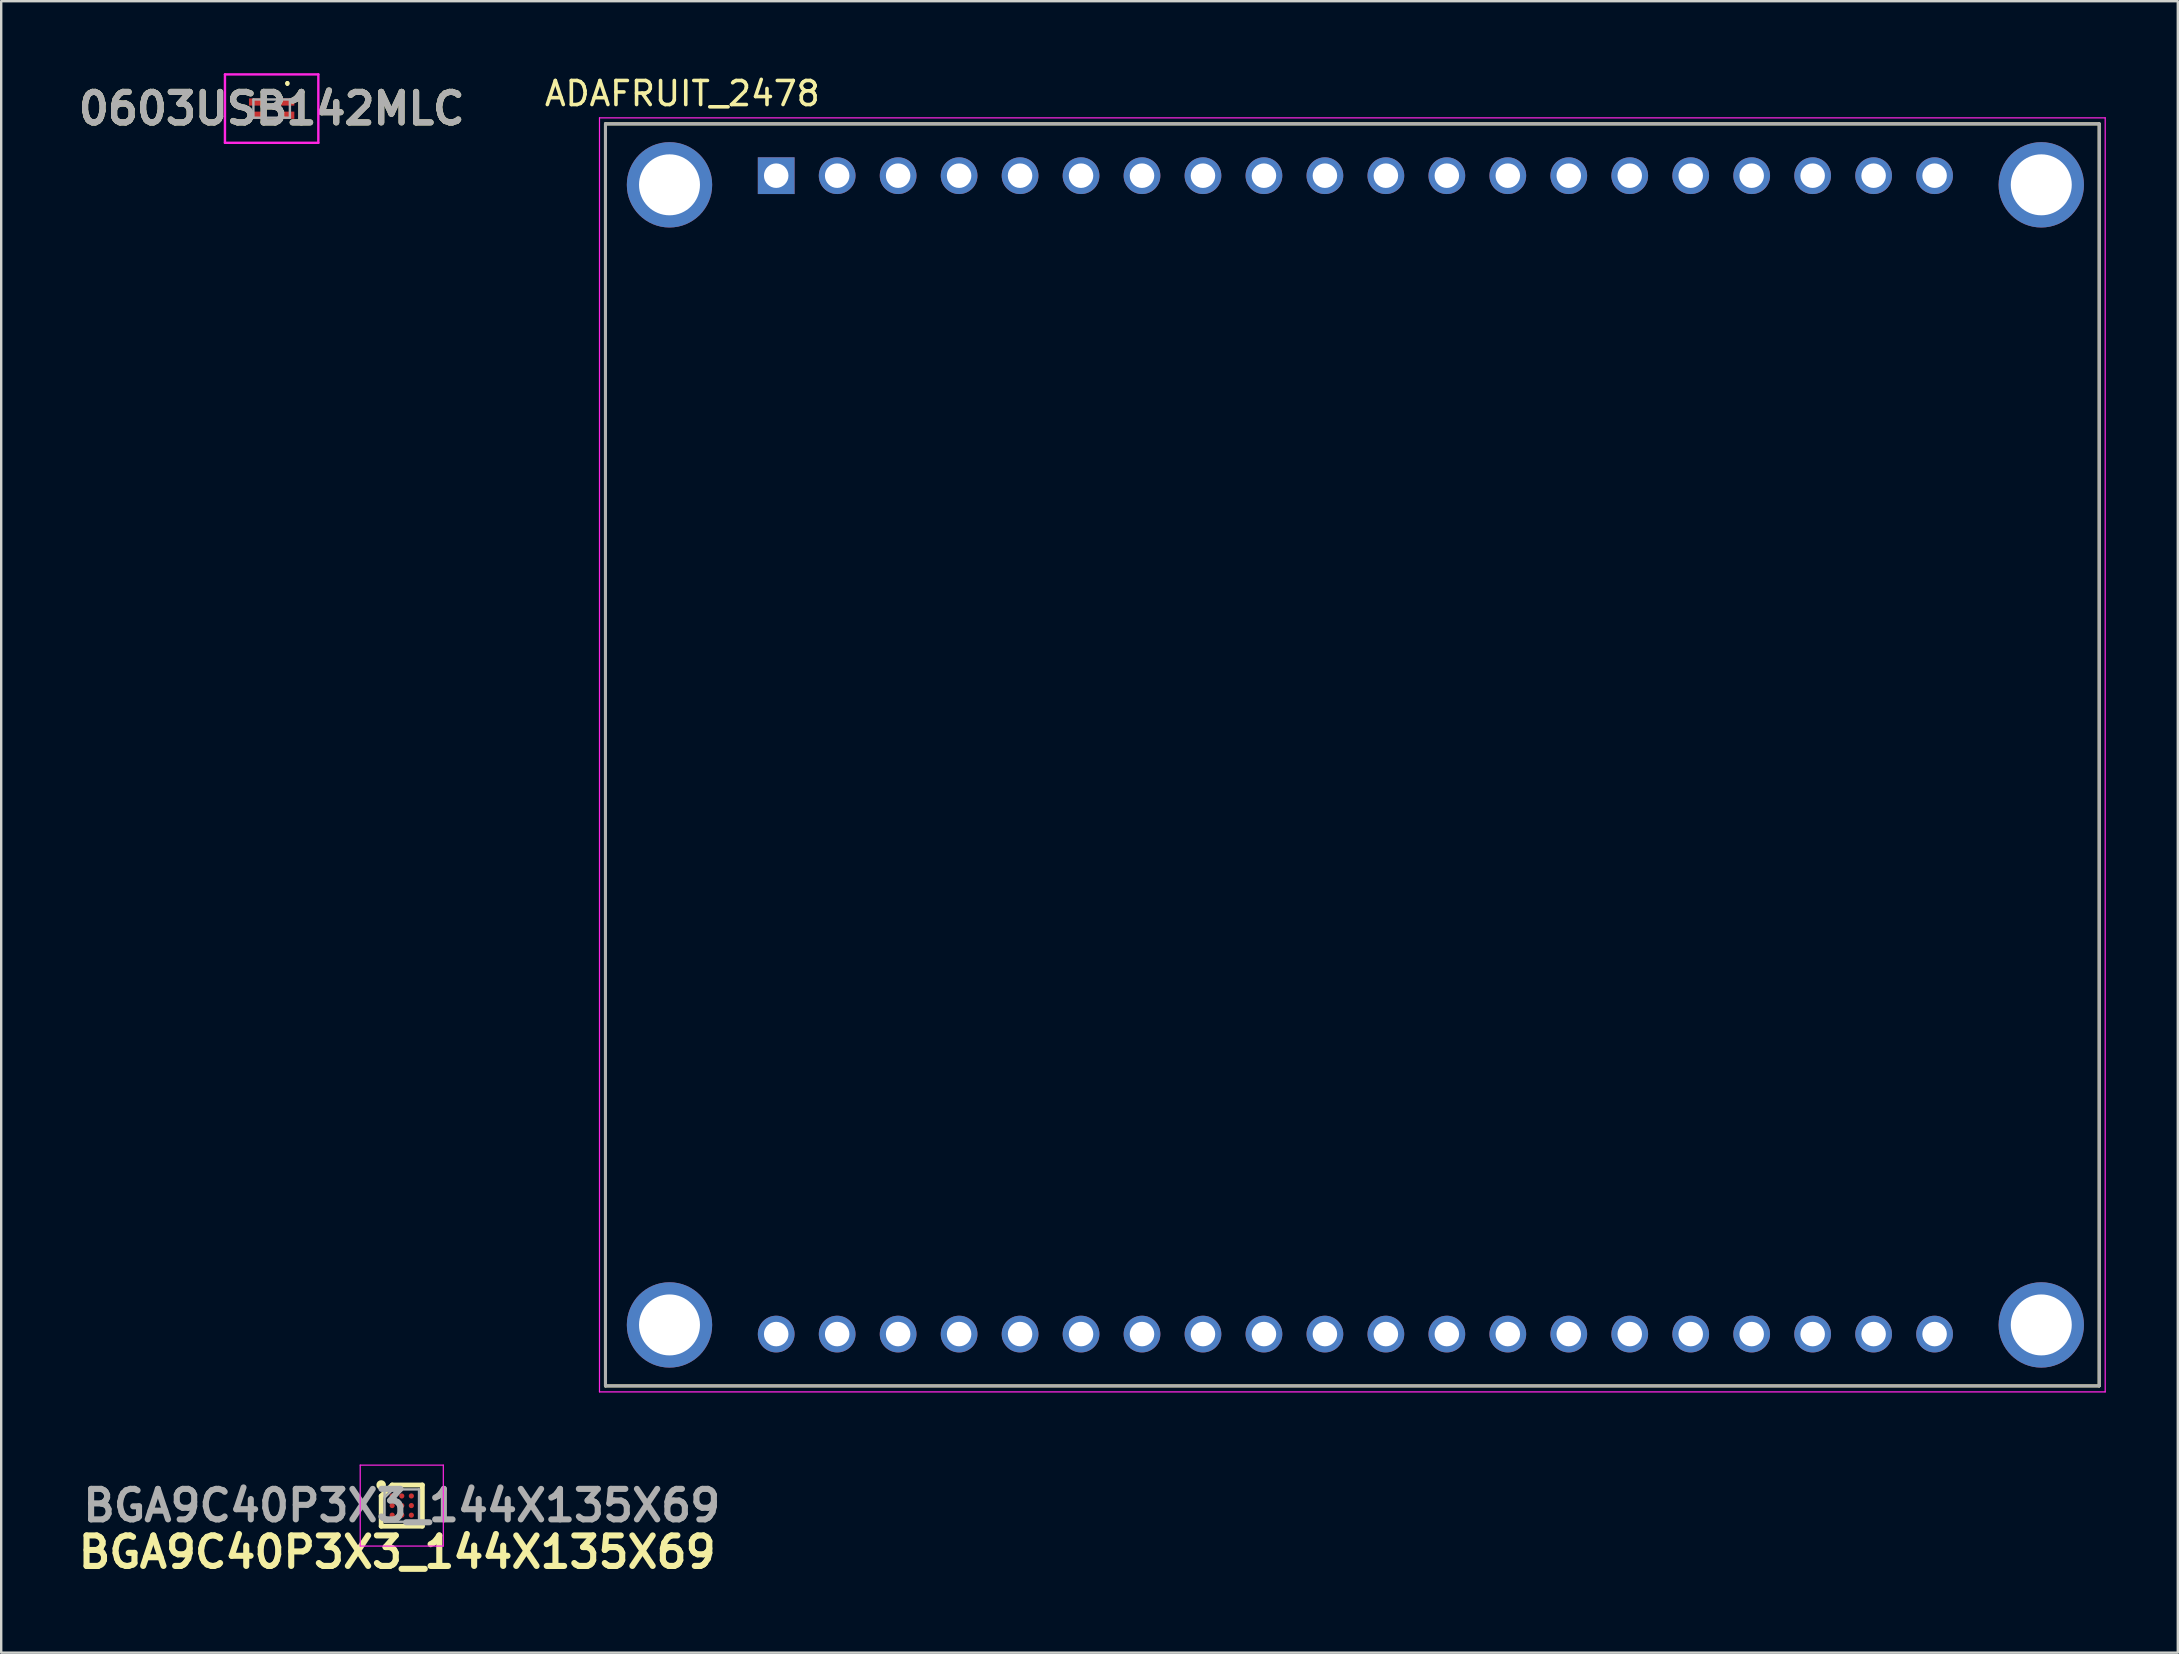
<source format=kicad_pcb>
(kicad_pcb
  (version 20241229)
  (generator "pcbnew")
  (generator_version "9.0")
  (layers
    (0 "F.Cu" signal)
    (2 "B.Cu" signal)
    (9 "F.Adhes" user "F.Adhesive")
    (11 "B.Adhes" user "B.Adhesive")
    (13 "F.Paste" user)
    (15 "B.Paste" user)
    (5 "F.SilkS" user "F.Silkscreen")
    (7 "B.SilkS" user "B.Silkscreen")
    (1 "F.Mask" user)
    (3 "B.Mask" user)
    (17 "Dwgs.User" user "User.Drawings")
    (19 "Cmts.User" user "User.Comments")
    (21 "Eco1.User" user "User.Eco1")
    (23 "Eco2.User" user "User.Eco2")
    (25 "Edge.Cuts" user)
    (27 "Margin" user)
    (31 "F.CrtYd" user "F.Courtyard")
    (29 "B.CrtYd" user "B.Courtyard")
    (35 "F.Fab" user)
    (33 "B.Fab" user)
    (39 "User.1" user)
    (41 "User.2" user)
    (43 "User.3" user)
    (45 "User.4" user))
  (footprint "BGA9C40P3X3_144X135X69"
    (layer "F.Cu")
    (at 13.688 59.674)
    (property "Reference" "BGA9C40P3X3_144X135X69" (at -0.19 1.94 0) (layer "F.SilkS") (effects (font (size 1.27 1.27) (thickness 0.254))))
    (attr smd)
    (fp_line (start -0.858 -0.4) (end -0.4 -0.858) (stroke (width 0.2) (type solid)) (layer "F.SilkS"))
    (fp_line (start -0.858 0.858) (end -0.858 -0.4) (stroke (width 0.2) (type solid)) (layer "F.SilkS"))
    (fp_line (start -0.4 -0.858) (end 0.858 -0.858) (stroke (width 0.2) (type solid)) (layer "F.SilkS"))
    (fp_line (start 0.858 -0.858) (end 0.858 0.858) (stroke (width 0.2) (type solid)) (layer "F.SilkS"))
    (fp_line (start 0.858 0.858) (end -0.858 0.858) (stroke (width 0.2) (type solid)) (layer "F.SilkS"))
    (fp_circle (center -0.858 -0.858) (end -0.858 -0.758) (stroke (width 0.2) (type solid)) (fill no) (layer "F.SilkS"))
    (fp_line (start -1.731 -1.686) (end 1.731 -1.686) (stroke (width 0.05) (type solid)) (layer "F.CrtYd"))
    (fp_line (start -1.731 1.686) (end -1.731 -1.686) (stroke (width 0.05) (type solid)) (layer "F.CrtYd"))
    (fp_line (start 1.731 -1.686) (end 1.731 1.686) (stroke (width 0.05) (type solid)) (layer "F.CrtYd"))
    (fp_line (start 1.731 1.686) (end -1.731 1.686) (stroke (width 0.05) (type solid)) (layer "F.CrtYd"))
    (fp_line (start -0.718 -0.674) (end 0.719 -0.674) (stroke (width 0.1) (type solid)) (layer "F.Fab"))
    (fp_line (start -0.718 -0.33) (end -0.375 -0.673) (stroke (width 0.1) (type solid)) (layer "F.Fab"))
    (fp_line (start -0.718 0.673) (end -0.718 -0.674) (stroke (width 0.1) (type solid)) (layer "F.Fab"))
    (fp_line (start 0.719 -0.674) (end 0.719 0.673) (stroke (width 0.1) (type solid)) (layer "F.Fab"))
    (fp_line (start 0.719 0.673) (end -0.718 0.673) (stroke (width 0.1) (type solid)) (layer "F.Fab"))
    (fp_text user "${REFERENCE}" (at 0 0 0) (layer "F.Fab") (effects (font (size 1.27 1.27) (thickness 0.254))))
    (pad "A1" smd circle (at -0.4 -0.4 90) (size 0.216 0.216) (layers "F.Cu" "F.Mask" "F.Paste"))
    (pad "A2" smd circle (at 0 -0.4 90) (size 0.216 0.216) (layers "F.Cu" "F.Mask" "F.Paste"))
    (pad "A3" smd circle (at 0.4 -0.4 90) (size 0.216 0.216) (layers "F.Cu" "F.Mask" "F.Paste"))
    (pad "B1" smd circle (at -0.4 0 90) (size 0.216 0.216) (layers "F.Cu" "F.Mask" "F.Paste"))
    (pad "B2" smd circle (at 0 0 90) (size 0.216 0.216) (layers "F.Cu" "F.Mask" "F.Paste"))
    (pad "B3" smd circle (at 0.4 0 90) (size 0.216 0.216) (layers "F.Cu" "F.Mask" "F.Paste"))
    (pad "C1" smd circle (at -0.4 0.4 90) (size 0.216 0.216) (layers "F.Cu" "F.Mask" "F.Paste"))
    (pad "C2" smd circle (at 0 0.4 90) (size 0.216 0.216) (layers "F.Cu" "F.Mask" "F.Paste"))
    (pad "C3" smd circle (at 0.4 0.4 90) (size 0.216 0.216) (layers "F.Cu" "F.Mask" "F.Paste")))
  (footprint "0603USB142MLC"
    (layer "F.Cu")
    (at 8.267 1.475)
    (property "Reference" "0603USB142MLC" (at 0 0 0) (layer "F.SilkS") (effects (font (size 1.27 1.27) (thickness 0.254))))
    (attr smd)
    (fp_line (start 0.655 -1.1) (end 0.655 -1.1) (stroke (width 0.1) (type solid)) (layer "F.SilkS"))
    (fp_line (start 0.655 -1) (end 0.655 -1) (stroke (width 0.1) (type solid)) (layer "F.SilkS"))
    (fp_arc (start 0.655 -1.1) (mid 0.705 -1.05) (end 0.655 -1) (stroke (width 0.1) (type solid)) (layer "F.SilkS"))
    (fp_arc (start 0.655 -1) (mid 0.605 -1.05) (end 0.655 -1.1) (stroke (width 0.1) (type solid)) (layer "F.SilkS"))
    (fp_line (start -1.945 -1.425) (end -1.945 1.425) (stroke (width 0.1) (type solid)) (layer "F.CrtYd"))
    (fp_line (start -1.945 1.425) (end 1.945 1.425) (stroke (width 0.1) (type solid)) (layer "F.CrtYd"))
    (fp_line (start 1.945 -1.425) (end -1.945 -1.425) (stroke (width 0.1) (type solid)) (layer "F.CrtYd"))
    (fp_line (start 1.945 1.425) (end 1.945 -1.425) (stroke (width 0.1) (type solid)) (layer "F.CrtYd"))
    (fp_line (start -0.76 -0.38) (end 0.76 -0.38) (stroke (width 0.1) (type solid)) (layer "F.Fab"))
    (fp_line (start -0.76 0.38) (end -0.76 -0.38) (stroke (width 0.1) (type solid)) (layer "F.Fab"))
    (fp_line (start 0.76 -0.38) (end 0.76 0.38) (stroke (width 0.1) (type solid)) (layer "F.Fab"))
    (fp_line (start 0.76 0.38) (end -0.76 0.38) (stroke (width 0.1) (type solid)) (layer "F.Fab"))
    (fp_text user "${REFERENCE}" (at 0 0 0) (layer "F.Fab") (effects (font (size 1.27 1.27) (thickness 0.254))))
    (pad "1" smd rect (at 0.655 -0.275 90) (size 0.3 0.58) (layers "F.Cu" "F.Mask" "F.Paste"))
    (pad "2" smd rect (at -0.655 -0.275 90) (size 0.3 0.58) (layers "F.Cu" "F.Mask" "F.Paste"))
    (pad "3" smd rect (at -0.655 0.275 90) (size 0.3 0.58) (layers "F.Cu" "F.Mask" "F.Paste"))
    (pad "4" smd rect (at 0.655 0.275 90) (size 0.3 0.58) (layers "F.Cu" "F.Mask" "F.Paste")))
  (footprint "ADAFRUIT_2478"
    (layer "F.Cu")
    (at 53.417 28.399)
    (property "Reference" "ADAFRUIT_2478" (at -28.041 -27.55 0) (layer "F.SilkS") (effects (font (size 1.001 1.001) (thickness 0.15))))
    (attr through_hole)
    (fp_line (start -31.242 -26.289) (end 30.988 -26.289) (stroke (width 0.127) (type solid)) (layer "F.SilkS"))
    (fp_line (start -31.242 26.289) (end -31.242 -26.289) (stroke (width 0.127) (type solid)) (layer "F.SilkS"))
    (fp_line (start 30.988 -26.289) (end 30.988 26.289) (stroke (width 0.127) (type solid)) (layer "F.SilkS"))
    (fp_line (start 30.988 26.289) (end -31.242 26.289) (stroke (width 0.127) (type solid)) (layer "F.SilkS"))
    (fp_line (start -31.492 -26.539) (end 31.238 -26.539) (stroke (width 0.05) (type solid)) (layer "F.CrtYd"))
    (fp_line (start -31.492 26.539) (end -31.492 -26.539) (stroke (width 0.05) (type solid)) (layer "F.CrtYd"))
    (fp_line (start 31.238 -26.539) (end 31.238 26.539) (stroke (width 0.05) (type solid)) (layer "F.CrtYd"))
    (fp_line (start 31.238 26.539) (end -31.492 26.539) (stroke (width 0.05) (type solid)) (layer "F.CrtYd"))
    (fp_line (start -31.242 -26.289) (end 30.988 -26.289) (stroke (width 0.127) (type solid)) (layer "F.Fab"))
    (fp_line (start -31.242 26.289) (end -31.242 -26.289) (stroke (width 0.127) (type solid)) (layer "F.Fab"))
    (fp_line (start 30.988 -26.289) (end 30.988 26.289) (stroke (width 0.127) (type solid)) (layer "F.Fab"))
    (fp_line (start 30.988 26.289) (end -31.242 26.289) (stroke (width 0.127) (type solid)) (layer "F.Fab"))
    (pad "1" thru_hole rect (at -24.13 -24.13) (size 1.53 1.53) (drill 1.02) (layers "*.Cu" "*.Mask"))
    (pad "2" thru_hole circle (at -21.59 -24.13) (size 1.53 1.53) (drill 1.02) (layers "*.Cu" "*.Mask"))
    (pad "3" thru_hole circle (at -19.05 -24.13) (size 1.53 1.53) (drill 1.02) (layers "*.Cu" "*.Mask"))
    (pad "4" thru_hole circle (at -16.51 -24.13) (size 1.53 1.53) (drill 1.02) (layers "*.Cu" "*.Mask"))
    (pad "5" thru_hole circle (at -13.97 -24.13) (size 1.53 1.53) (drill 1.02) (layers "*.Cu" "*.Mask"))
    (pad "6" thru_hole circle (at -11.43 -24.13) (size 1.53 1.53) (drill 1.02) (layers "*.Cu" "*.Mask"))
    (pad "7" thru_hole circle (at -8.89 -24.13) (size 1.53 1.53) (drill 1.02) (layers "*.Cu" "*.Mask"))
    (pad "8" thru_hole circle (at -6.35 -24.13) (size 1.53 1.53) (drill 1.02) (layers "*.Cu" "*.Mask"))
    (pad "9" thru_hole circle (at -3.81 -24.13) (size 1.53 1.53) (drill 1.02) (layers "*.Cu" "*.Mask"))
    (pad "10" thru_hole circle (at -1.27 -24.13) (size 1.53 1.53) (drill 1.02) (layers "*.Cu" "*.Mask"))
    (pad "11" thru_hole circle (at 1.27 -24.13) (size 1.53 1.53) (drill 1.02) (layers "*.Cu" "*.Mask"))
    (pad "12" thru_hole circle (at 3.81 -24.13) (size 1.53 1.53) (drill 1.02) (layers "*.Cu" "*.Mask"))
    (pad "13" thru_hole circle (at 6.35 -24.13) (size 1.53 1.53) (drill 1.02) (layers "*.Cu" "*.Mask"))
    (pad "14" thru_hole circle (at 8.89 -24.13) (size 1.53 1.53) (drill 1.02) (layers "*.Cu" "*.Mask"))
    (pad "15" thru_hole circle (at 11.43 -24.13) (size 1.53 1.53) (drill 1.02) (layers "*.Cu" "*.Mask"))
    (pad "16" thru_hole circle (at 13.97 -24.13) (size 1.53 1.53) (drill 1.02) (layers "*.Cu" "*.Mask"))
    (pad "17" thru_hole circle (at 16.51 -24.13) (size 1.53 1.53) (drill 1.02) (layers "*.Cu" "*.Mask"))
    (pad "18" thru_hole circle (at 19.05 -24.13) (size 1.53 1.53) (drill 1.02) (layers "*.Cu" "*.Mask"))
    (pad "19" thru_hole circle (at 21.59 -24.13) (size 1.53 1.53) (drill 1.02) (layers "*.Cu" "*.Mask"))
    (pad "20" thru_hole circle (at 24.13 -24.13) (size 1.53 1.53) (drill 1.02) (layers "*.Cu" "*.Mask"))
    (pad "21" thru_hole circle (at -24.13 24.13) (size 1.53 1.53) (drill 1.02) (layers "*.Cu" "*.Mask"))
    (pad "22" thru_hole circle (at -21.59 24.13) (size 1.53 1.53) (drill 1.02) (layers "*.Cu" "*.Mask"))
    (pad "23" thru_hole circle (at -19.05 24.13) (size 1.53 1.53) (drill 1.02) (layers "*.Cu" "*.Mask"))
    (pad "24" thru_hole circle (at -16.51 24.13) (size 1.53 1.53) (drill 1.02) (layers "*.Cu" "*.Mask"))
    (pad "25" thru_hole circle (at -13.97 24.13) (size 1.53 1.53) (drill 1.02) (layers "*.Cu" "*.Mask"))
    (pad "26" thru_hole circle (at -11.43 24.13) (size 1.53 1.53) (drill 1.02) (layers "*.Cu" "*.Mask"))
    (pad "27" thru_hole circle (at -8.89 24.13) (size 1.53 1.53) (drill 1.02) (layers "*.Cu" "*.Mask"))
    (pad "28" thru_hole circle (at -6.35 24.13) (size 1.53 1.53) (drill 1.02) (layers "*.Cu" "*.Mask"))
    (pad "29" thru_hole circle (at -3.81 24.13) (size 1.53 1.53) (drill 1.02) (layers "*.Cu" "*.Mask"))
    (pad "30" thru_hole circle (at -1.27 24.13) (size 1.53 1.53) (drill 1.02) (layers "*.Cu" "*.Mask"))
    (pad "31" thru_hole circle (at 1.27 24.13) (size 1.53 1.53) (drill 1.02) (layers "*.Cu" "*.Mask"))
    (pad "32" thru_hole circle (at 3.81 24.13) (size 1.53 1.53) (drill 1.02) (layers "*.Cu" "*.Mask"))
    (pad "33" thru_hole circle (at 6.35 24.13) (size 1.53 1.53) (drill 1.02) (layers "*.Cu" "*.Mask"))
    (pad "34" thru_hole circle (at 8.89 24.13) (size 1.53 1.53) (drill 1.02) (layers "*.Cu" "*.Mask"))
    (pad "35" thru_hole circle (at 11.43 24.13) (size 1.53 1.53) (drill 1.02) (layers "*.Cu" "*.Mask"))
    (pad "36" thru_hole circle (at 13.97 24.13) (size 1.53 1.53) (drill 1.02) (layers "*.Cu" "*.Mask"))
    (pad "37" thru_hole circle (at 16.51 24.13) (size 1.53 1.53) (drill 1.02) (layers "*.Cu" "*.Mask"))
    (pad "38" thru_hole circle (at 19.05 24.13) (size 1.53 1.53) (drill 1.02) (layers "*.Cu" "*.Mask"))
    (pad "39" thru_hole circle (at 21.59 24.13) (size 1.53 1.53) (drill 1.02) (layers "*.Cu" "*.Mask"))
    (pad "40" thru_hole circle (at 24.13 24.13) (size 1.53 1.53) (drill 1.02) (layers "*.Cu" "*.Mask"))
    (pad "S1" thru_hole circle (at -28.575 -23.749) (size 3.556 3.556) (drill 2.54) (layers "*.Cu" "*.Mask"))
    (pad "S2" thru_hole circle (at -28.575 23.749) (size 3.556 3.556) (drill 2.54) (layers "*.Cu" "*.Mask"))
    (pad "S3" thru_hole circle (at 28.575 -23.749) (size 3.556 3.556) (drill 2.54) (layers "*.Cu" "*.Mask"))
    (pad "S4" thru_hole circle (at 28.575 23.749) (size 3.556 3.556) (drill 2.54) (layers "*.Cu" "*.Mask")))
  (gr_rect
    (start -3 -3)
    (end 87.68 65.803)
    (stroke (width 0.1) (type default))
    (fill no)
    (layer "Edge.Cuts")))
</source>
